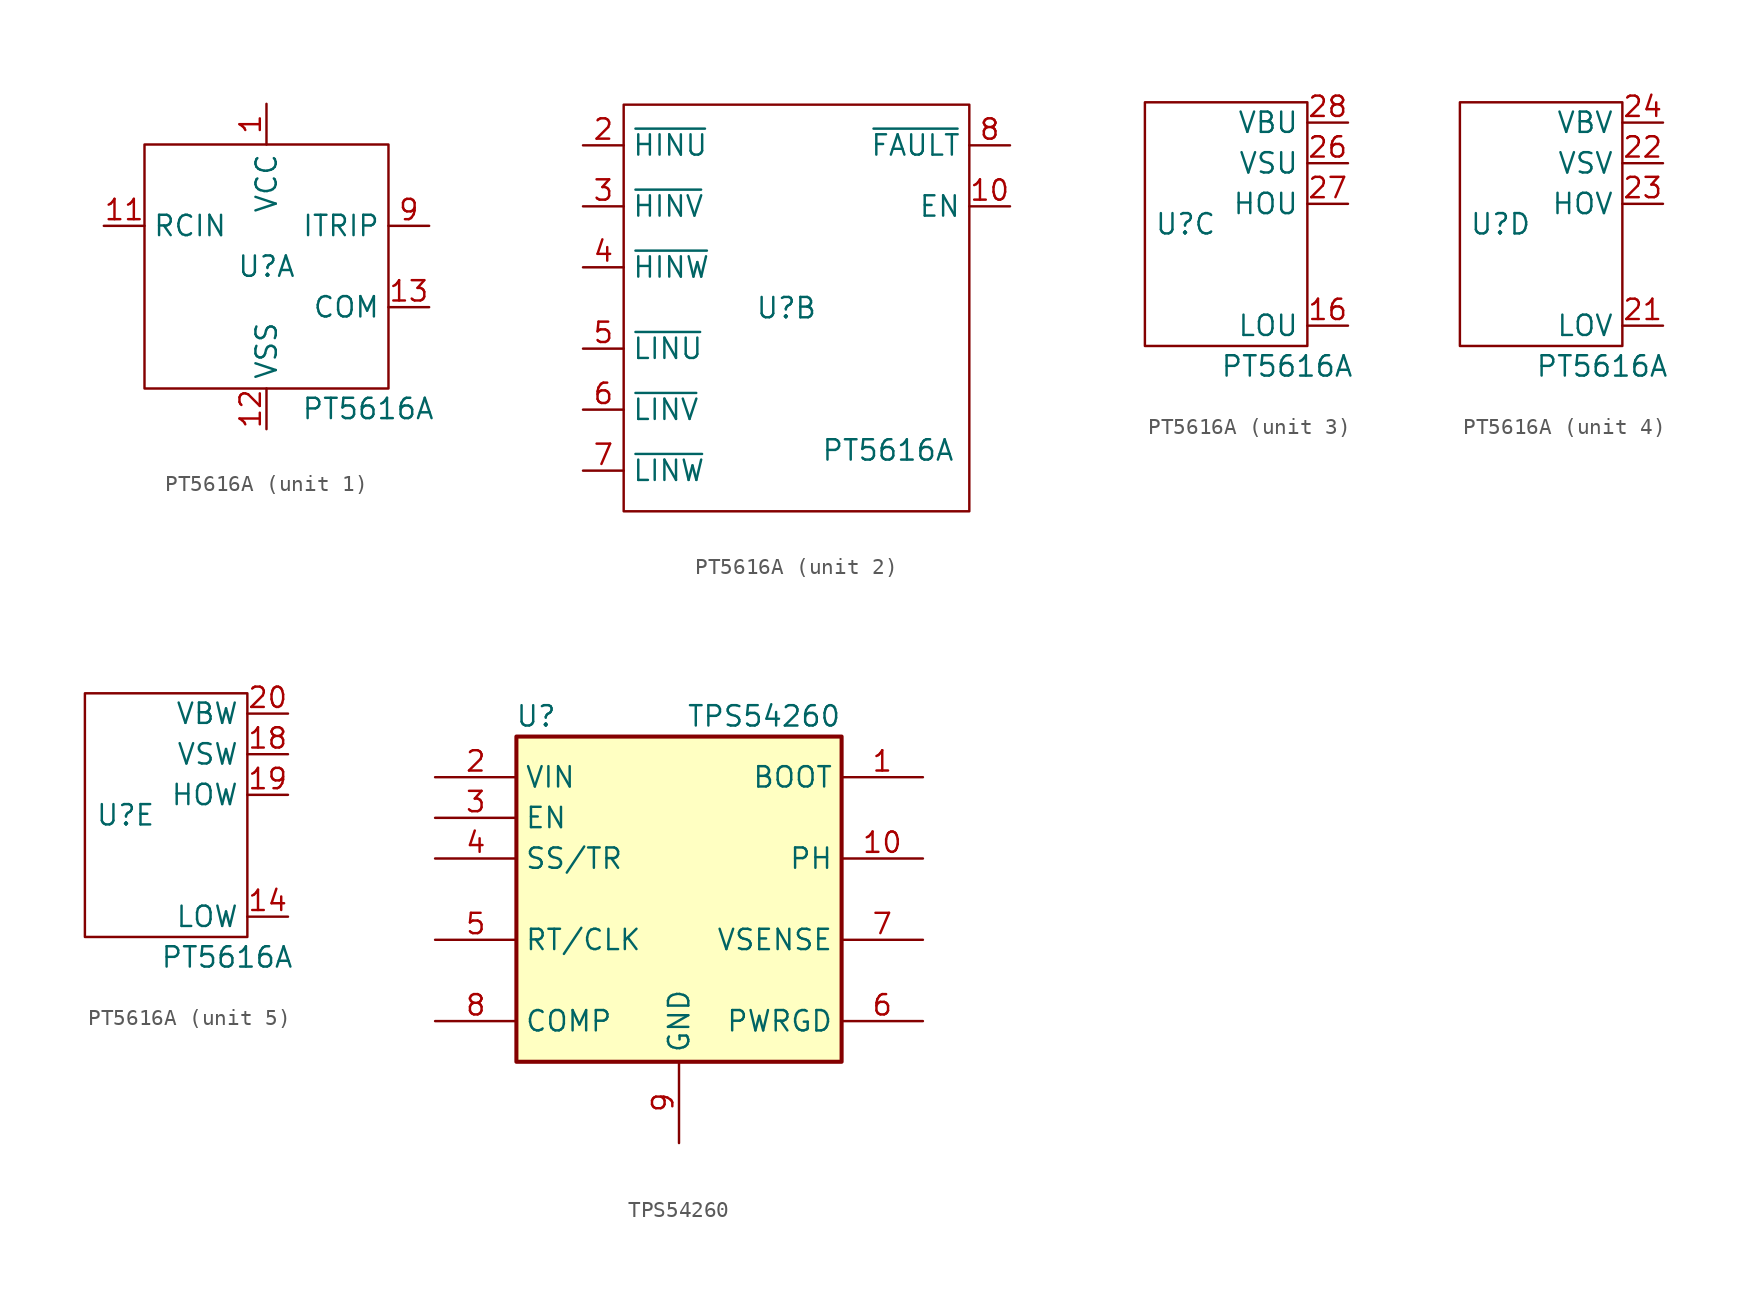
<source format=kicad_sym>
(kicad_symbol_lib
  (version 20231120)
  (generator "kicad_symbol_editor")
  (generator_version "8.0")
  (symbol "PT5616A"
    (property "Reference" "U"
      (at 0 0 0)
      (effects (font (size 1.27 1.27))))
    (property "Value" "PT5616A"
      (at 6.35 -8.89 0)
      (effects (font (size 1.27 1.27))))
    (property "ki_locked" ""
      (at 0 0 0)
      (effects (font (size 1.27 1.27))))
    (symbol "PT5616A_1_1"
      (rectangle (start -7.62 7.62) (end 7.62 -7.62) (stroke (width 0) (type default)) (fill (type none)))
      (pin input line (at 0 10.16 270) (length 2.54) (name "VCC" (effects (font (size 1.27 1.27)))) (number "1" (effects (font (size 1.27 1.27)))))
      (pin input line (at -10.16 2.54 0) (length 2.54) (name "RCIN" (effects (font (size 1.27 1.27)))) (number "11" (effects (font (size 1.27 1.27)))))
      (pin input line (at 0 -10.16 90) (length 2.54) (name "VSS" (effects (font (size 1.27 1.27)))) (number "12" (effects (font (size 1.27 1.27)))))
      (pin input line (at 10.16 -2.54 180) (length 2.54) (name "COM" (effects (font (size 1.27 1.27)))) (number "13" (effects (font (size 1.27 1.27)))))
      (pin input line (at 10.16 2.54 180) (length 2.54) (name "ITRIP" (effects (font (size 1.27 1.27)))) (number "9" (effects (font (size 1.27 1.27))))))
    (symbol "PT5616A_2_1"
      (rectangle (start -10.16 12.7) (end 11.43 -12.7) (stroke (width 0) (type default)) (fill (type none)))
      (pin input line (at 13.97 6.35 180) (length 2.54) (name "EN" (effects (font (size 1.27 1.27)))) (number "10" (effects (font (size 1.27 1.27)))))
      (pin input line (at -12.7 10.16 0) (length 2.54) (name "~{HINU}" (effects (font (size 1.27 1.27)))) (number "2" (effects (font (size 1.27 1.27)))))
      (pin input line (at -12.7 6.35 0) (length 2.54) (name "~{HINV}" (effects (font (size 1.27 1.27)))) (number "3" (effects (font (size 1.27 1.27)))))
      (pin input line (at -12.7 2.54 0) (length 2.54) (name "~{HINW}" (effects (font (size 1.27 1.27)))) (number "4" (effects (font (size 1.27 1.27)))))
      (pin input line (at -12.7 -2.54 0) (length 2.54) (name "~{LINU}" (effects (font (size 1.27 1.27)))) (number "5" (effects (font (size 1.27 1.27)))))
      (pin input line (at -12.7 -6.35 0) (length 2.54) (name "~{LINV}" (effects (font (size 1.27 1.27)))) (number "6" (effects (font (size 1.27 1.27)))))
      (pin input line (at -12.7 -10.16 0) (length 2.54) (name "~{LINW}" (effects (font (size 1.27 1.27)))) (number "7" (effects (font (size 1.27 1.27)))))
      (pin input line (at 13.97 10.16 180) (length 2.54) (name "~{FAULT}" (effects (font (size 1.27 1.27)))) (number "8" (effects (font (size 1.27 1.27))))))
    (symbol "PT5616A_3_1"
      (rectangle (start -2.54 7.62) (end 7.62 -7.62) (stroke (width 0) (type default)) (fill (type none)))
      (pin input line (at 10.16 -6.35 180) (length 2.54) (name "LOU" (effects (font (size 1.27 1.27)))) (number "16" (effects (font (size 1.27 1.27)))))
      (pin input line (at 10.16 3.81 180) (length 2.54) (name "VSU" (effects (font (size 1.27 1.27)))) (number "26" (effects (font (size 1.27 1.27)))))
      (pin input line (at 10.16 1.27 180) (length 2.54) (name "HOU" (effects (font (size 1.27 1.27)))) (number "27" (effects (font (size 1.27 1.27)))))
      (pin input line (at 10.16 6.35 180) (length 2.54) (name "VBU" (effects (font (size 1.27 1.27)))) (number "28" (effects (font (size 1.27 1.27))))))
    (symbol "PT5616A_4_1"
      (rectangle (start -2.54 7.62) (end 7.62 -7.62) (stroke (width 0) (type default)) (fill (type none)))
      (pin input line (at 10.16 -6.35 180) (length 2.54) (name "LOV" (effects (font (size 1.27 1.27)))) (number "21" (effects (font (size 1.27 1.27)))))
      (pin input line (at 10.16 3.81 180) (length 2.54) (name "VSV" (effects (font (size 1.27 1.27)))) (number "22" (effects (font (size 1.27 1.27)))))
      (pin input line (at 10.16 1.27 180) (length 2.54) (name "HOV" (effects (font (size 1.27 1.27)))) (number "23" (effects (font (size 1.27 1.27)))))
      (pin input line (at 10.16 6.35 180) (length 2.54) (name "VBV" (effects (font (size 1.27 1.27)))) (number "24" (effects (font (size 1.27 1.27))))))
    (symbol "PT5616A_5_1"
      (rectangle (start -2.54 7.62) (end 7.62 -7.62) (stroke (width 0) (type default)) (fill (type none)))
      (pin input line (at 10.16 -6.35 180) (length 2.54) (name "LOW" (effects (font (size 1.27 1.27)))) (number "14" (effects (font (size 1.27 1.27)))))
      (pin input line (at 10.16 3.81 180) (length 2.54) (name "VSW" (effects (font (size 1.27 1.27)))) (number "18" (effects (font (size 1.27 1.27)))))
      (pin input line (at 10.16 1.27 180) (length 2.54) (name "HOW" (effects (font (size 1.27 1.27)))) (number "19" (effects (font (size 1.27 1.27)))))
      (pin input line (at 10.16 6.35 180) (length 2.54) (name "VBW" (effects (font (size 1.27 1.27)))) (number "20" (effects (font (size 1.27 1.27)))))))
  (symbol "TPS54260"
    (property "Reference" "U"
      (at -7.62 11.43 0)
      (effects (font (size 1.27 1.27)) (justify right)))
    (property "Value" "TPS54260"
      (at 10.16 11.43 0)
      (effects (font (size 1.27 1.27)) (justify right)))
    (symbol "TPS54260_0_1"
      (rectangle (start -10.16 10.16) (end 10.16 -10.16) (stroke (width 0.254) (type default)) (fill (type background))))
    (symbol "TPS54260_1_1"
      (pin passive line (at 15.24 7.62 180) (length 5.08) (name "BOOT" (effects (font (size 1.27 1.27)))) (number "1" (effects (font (size 1.27 1.27)))))
      (pin power_out line (at 15.24 2.54 180) (length 5.08) (name "PH" (effects (font (size 1.27 1.27)))) (number "10" (effects (font (size 1.27 1.27)))))
      (pin passive line (at 0 -15.24 90) (length 5.08) hide (name "GND" (effects (font (size 1.27 1.27)))) (number "11" (effects (font (size 1.27 1.27)))))
      (pin power_in line (at -15.24 7.62 0) (length 5.08) (name "VIN" (effects (font (size 1.27 1.27)))) (number "2" (effects (font (size 1.27 1.27)))))
      (pin input line (at -15.24 5.08 0) (length 5.08) (name "EN" (effects (font (size 1.27 1.27)))) (number "3" (effects (font (size 1.27 1.27)))))
      (pin input line (at -15.24 2.54 0) (length 5.08) (name "SS/TR" (effects (font (size 1.27 1.27)))) (number "4" (effects (font (size 1.27 1.27)))))
      (pin passive line (at -15.24 -2.54 0) (length 5.08) (name "RT/CLK" (effects (font (size 1.27 1.27)))) (number "5" (effects (font (size 1.27 1.27)))))
      (pin open_collector line (at 15.24 -7.62 180) (length 5.08) (name "PWRGD" (effects (font (size 1.27 1.27)))) (number "6" (effects (font (size 1.27 1.27)))))
      (pin input line (at 15.24 -2.54 180) (length 5.08) (name "VSENSE" (effects (font (size 1.27 1.27)))) (number "7" (effects (font (size 1.27 1.27)))))
      (pin output line (at -15.24 -7.62 0) (length 5.08) (name "COMP" (effects (font (size 1.27 1.27)))) (number "8" (effects (font (size 1.27 1.27)))))
      (pin power_in line (at 0 -15.24 90) (length 5.08) (name "GND" (effects (font (size 1.27 1.27)))) (number "9" (effects (font (size 1.27 1.27))))))))
</source>
